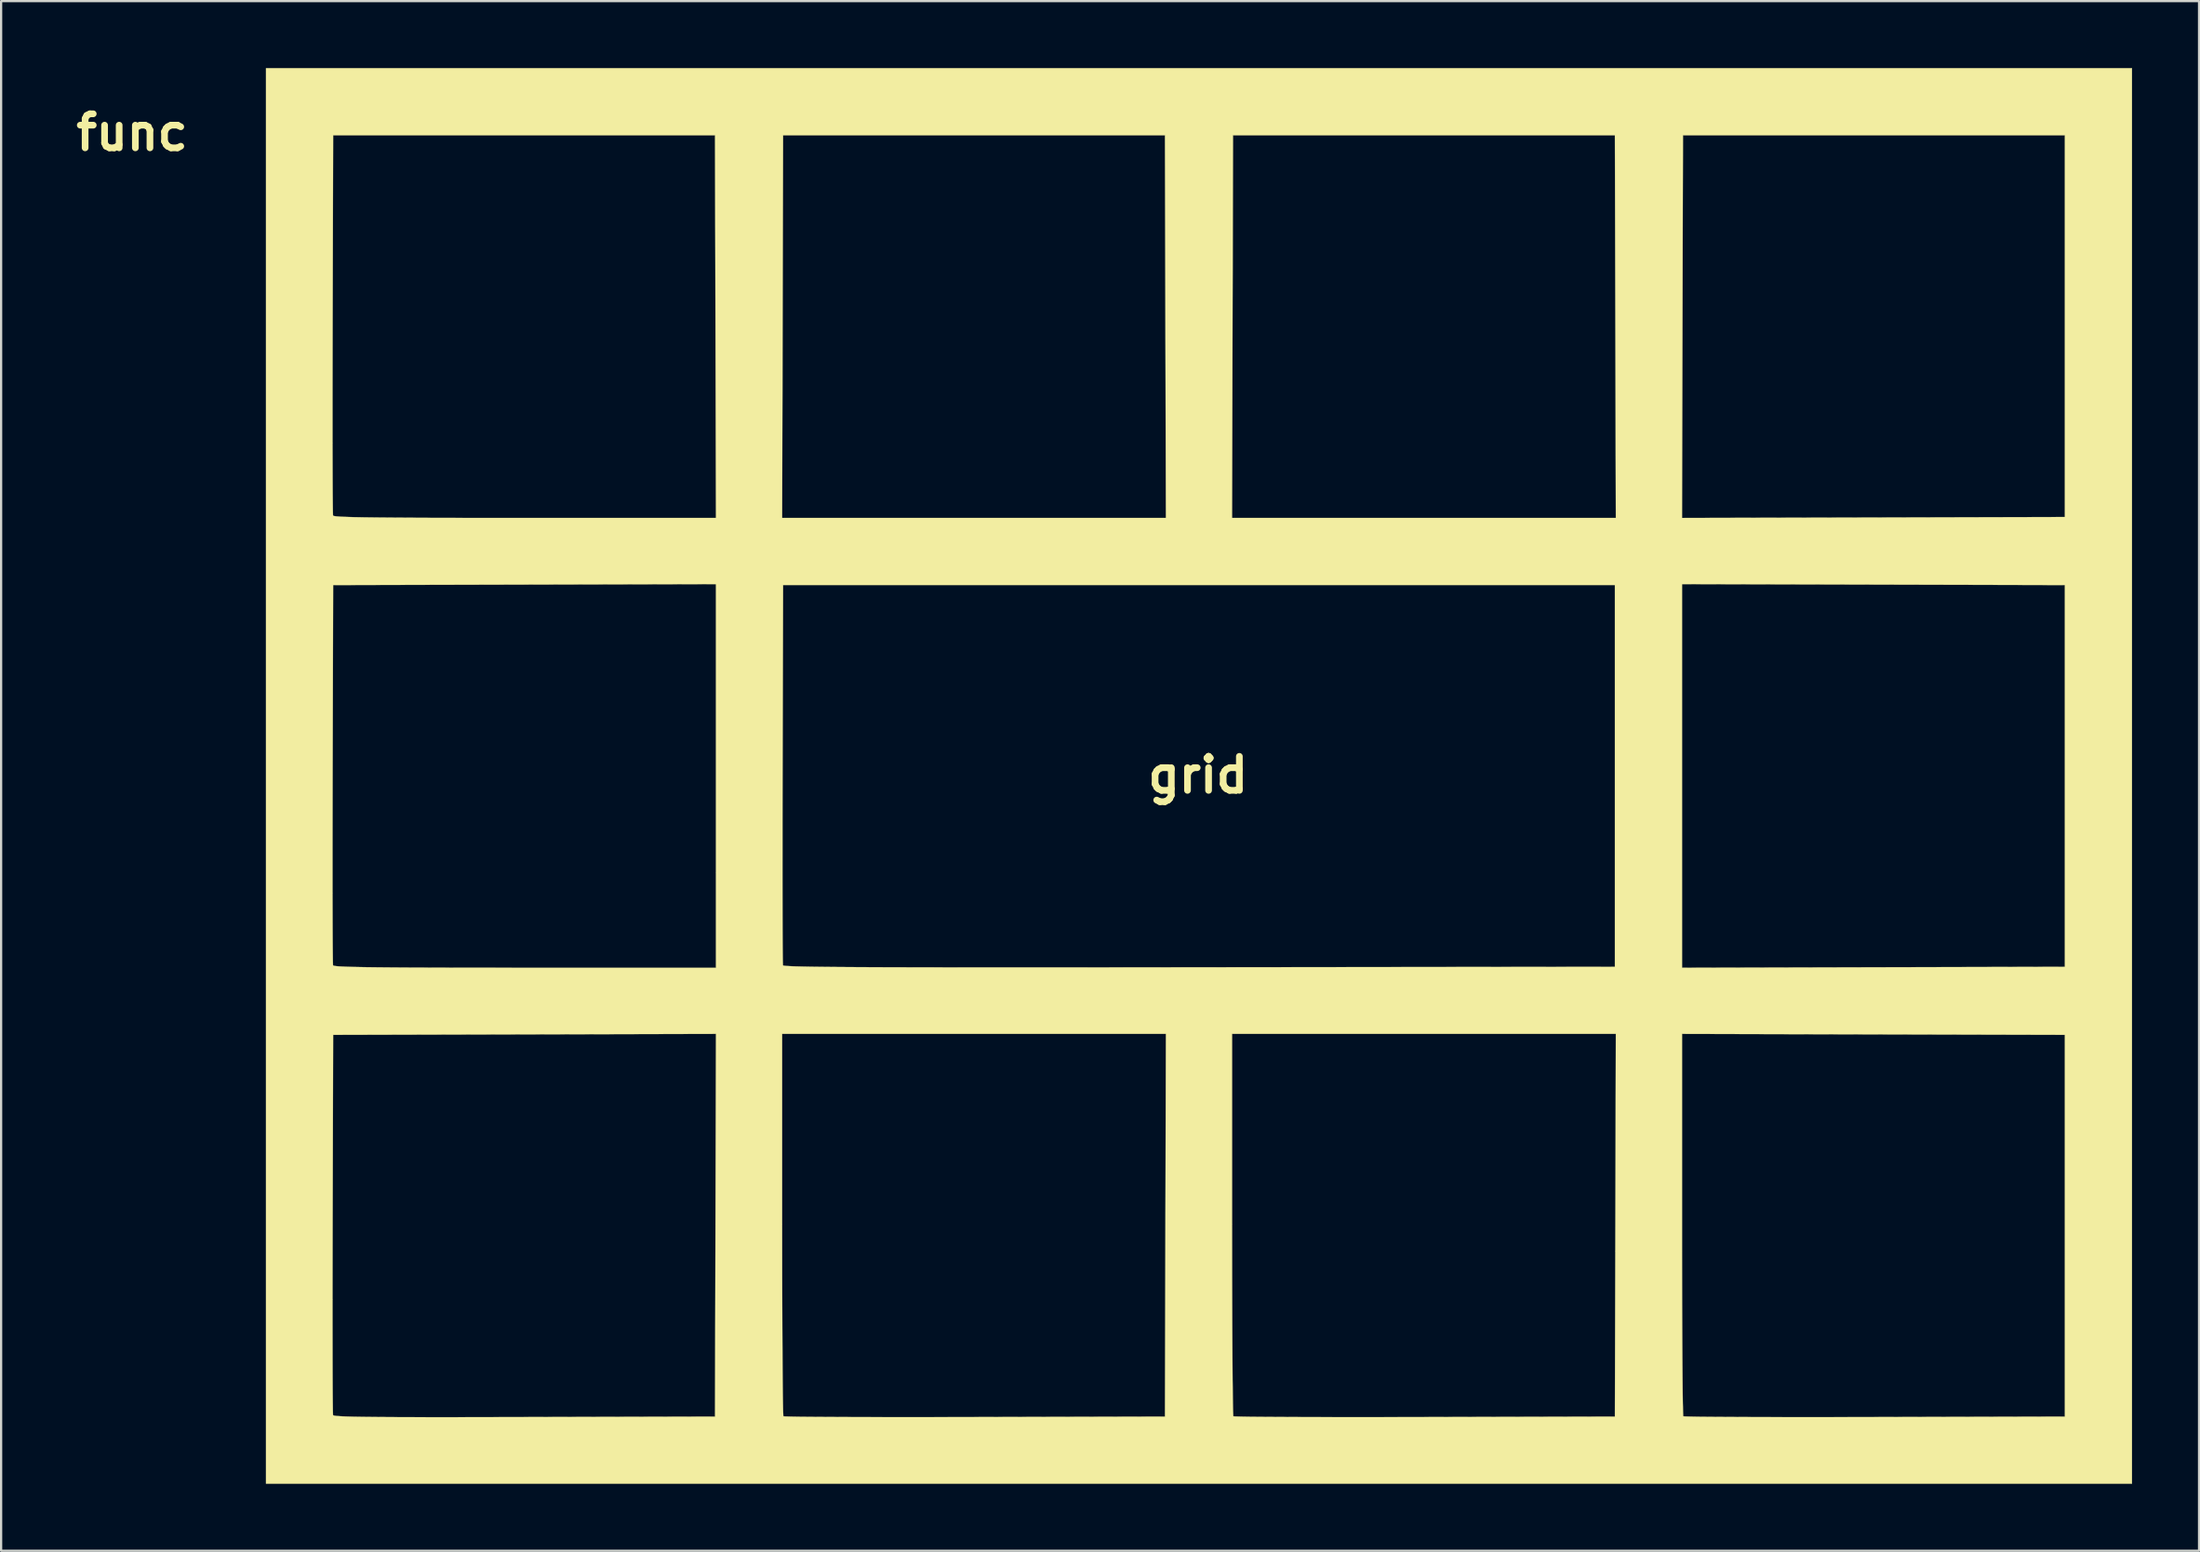
<source format=kicad_pcb>
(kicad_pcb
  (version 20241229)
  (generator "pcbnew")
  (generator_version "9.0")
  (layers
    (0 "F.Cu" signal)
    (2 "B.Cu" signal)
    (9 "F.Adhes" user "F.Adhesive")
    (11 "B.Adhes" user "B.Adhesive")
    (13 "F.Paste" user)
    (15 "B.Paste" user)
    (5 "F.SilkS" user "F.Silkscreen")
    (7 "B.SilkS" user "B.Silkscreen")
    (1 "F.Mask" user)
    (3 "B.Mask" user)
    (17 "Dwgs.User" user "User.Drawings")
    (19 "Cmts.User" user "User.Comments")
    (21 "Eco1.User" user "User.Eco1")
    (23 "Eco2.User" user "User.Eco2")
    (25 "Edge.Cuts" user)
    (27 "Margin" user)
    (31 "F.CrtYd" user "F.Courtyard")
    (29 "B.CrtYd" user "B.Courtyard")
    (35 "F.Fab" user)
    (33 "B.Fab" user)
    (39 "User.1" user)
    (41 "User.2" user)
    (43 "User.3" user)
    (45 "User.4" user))
  (footprint "func"
    (layer "F.Cu")
    (at 2.867 2.884)
    (property "Reference" "func" (at 0 0 0) (layer "F.SilkS") (effects (font (size 1.524 1.524) (thickness 0.3))))
    (attr through_hole)
    (fp_poly (pts (xy -1.573 -2.27) (xy -1.472 -2.267) (xy -1.025 -2.256) (xy -0.719 -2.243) (xy -0.527 -2.221) (xy -0.421 -2.186) (xy -0.373 -2.133) (xy -0.355 -2.058) (xy -0.4 -1.839) (xy -0.566 -1.651) (xy -0.807 -1.539) (xy -0.931 -1.524) (xy -1.185 -1.524) (xy -1.185 0.696) (xy -0.868 0.634) (xy -0.568 0.58) (xy -0.394 0.573) (xy -0.31 0.622) (xy -0.276 0.736) (xy -0.27 0.782) (xy -0.32 1.031) (xy -0.507 1.254) (xy -0.798 1.42) (xy -1.038 1.485) (xy -1.325 1.549) (xy -1.67 1.645) (xy -1.85 1.704) (xy -2.159 1.805) (xy -2.358 1.85) (xy -2.498 1.838) (xy -2.629 1.773) (xy -2.695 1.727) (xy -2.853 1.551) (xy -2.844 1.363) (xy -2.669 1.168) (xy -2.413 1.011) (xy -1.99 0.794) (xy -1.964 -0.005) (xy -1.957 -0.405) (xy -1.963 -0.784) (xy -1.98 -1.08) (xy -1.989 -1.16) (xy -2.028 -1.375) (xy -2.096 -1.483) (xy -2.244 -1.525) (xy -2.439 -1.541) (xy -2.683 -1.567) (xy -2.806 -1.621) (xy -2.854 -1.732) (xy -2.862 -1.782) (xy -2.814 -2.029) (xy -2.725 -2.145) (xy -2.635 -2.206) (xy -2.506 -2.246) (xy -2.307 -2.268) (xy -2.006 -2.275) (xy -1.573 -2.27)) (stroke (width 0.01) (type solid)) (fill yes) (layer "F.Mask"))
    (fp_poly (pts (xy 1.22 -2.813) (xy 1.361 -2.615) (xy 1.402 -2.283) (xy 1.388 -2.086) (xy 1.331 -1.609) (xy 2.987 -1.609) (xy 2.928 -0.233) (xy 2.882 0.63) (xy 2.825 1.329) (xy 2.755 1.872) (xy 2.674 2.263) (xy 2.578 2.51) (xy 2.568 2.526) (xy 2.334 2.759) (xy 2.018 2.903) (xy 1.673 2.949) (xy 1.35 2.889) (xy 1.136 2.752) (xy 0.999 2.586) (xy 0.982 2.453) (xy 1.015 2.372) (xy 1.163 2.229) (xy 1.336 2.157) (xy 1.665 2.082) (xy 1.865 2.004) (xy 1.973 1.898) (xy 2.03 1.738) (xy 2.04 1.693) (xy 2.065 1.496) (xy 2.094 1.174) (xy 2.122 0.768) (xy 2.147 0.323) (xy 2.149 0.275) (xy 2.202 -0.847) (xy 1.362 -0.847) (xy 1.315 -0.529) (xy 1.183 0.233) (xy 1.033 0.857) (xy 0.853 1.371) (xy 0.631 1.807) (xy 0.356 2.194) (xy 0.162 2.413) (xy -0.144 2.703) (xy -0.389 2.851) (xy -0.592 2.862) (xy -0.772 2.744) (xy -0.791 2.724) (xy -0.922 2.488) (xy -0.884 2.258) (xy -0.677 2.036) (xy -0.627 2.001) (xy -0.26 1.66) (xy 0.053 1.19) (xy 0.296 0.626) (xy 0.451 0.003) (xy 0.485 -0.262) (xy 0.529 -0.737) (xy 0.249 -0.793) (xy -0.051 -0.901) (xy -0.247 -1.063) (xy -0.334 -1.248) (xy -0.307 -1.422) (xy -0.162 -1.553) (xy 0.107 -1.608) (xy 0.127 -1.609) (xy 0.371 -1.644) (xy 0.516 -1.768) (xy 0.582 -2.01) (xy 0.593 -2.244) (xy 0.622 -2.586) (xy 0.718 -2.788) (xy 0.894 -2.873) (xy 0.977 -2.879) (xy 1.22 -2.813)) (stroke (width 0.01) (type solid)) (fill yes) (layer "F.Mask")))
  (footprint "grid"
    (layer "F.Cu")
    (at 50.604 31.67)
    (property "Reference" "grid" (at 0 0 0) (layer "F.SilkS") (effects (font (size 1.524 1.524) (thickness 0.3))))
    (attr through_hole)
    (fp_poly (pts (xy 41.825 31.75) (xy -41.741 31.75) (xy -41.741 24.517) (xy -38.762 24.517) (xy -38.761 25.443) (xy -38.76 26.277) (xy -38.758 27.005) (xy -38.755 27.618) (xy -38.751 28.102) (xy -38.747 28.447) (xy -38.742 28.642) (xy -38.738 28.681) (xy -38.7 28.699) (xy -38.596 28.715) (xy -38.417 28.728) (xy -38.154 28.74) (xy -37.8 28.75) (xy -37.347 28.757) (xy -36.784 28.763) (xy -36.106 28.768) (xy -35.302 28.771) (xy -34.366 28.772) (xy -33.287 28.772) (xy -32.059 28.77) (xy -30.673 28.767) (xy -30.165 28.766) (xy -21.632 28.744) (xy -21.611 20.171) (xy -21.589 11.599) (xy -18.627 11.599) (xy -18.627 20.137) (xy -18.626 21.325) (xy -18.625 22.465) (xy -18.622 23.546) (xy -18.618 24.556) (xy -18.614 25.484) (xy -18.609 26.318) (xy -18.603 27.048) (xy -18.597 27.661) (xy -18.59 28.146) (xy -18.583 28.493) (xy -18.575 28.689) (xy -18.57 28.731) (xy -18.479 28.738) (xy -18.23 28.745) (xy -17.835 28.752) (xy -17.305 28.757) (xy -16.65 28.761) (xy -15.884 28.765) (xy -15.017 28.768) (xy -14.06 28.769) (xy -13.025 28.77) (xy -11.923 28.769) (xy -10.766 28.768) (xy -9.997 28.766) (xy -1.482 28.744) (xy -1.46 20.172) (xy -1.439 11.599) (xy 1.524 11.599) (xy 1.524 20.137) (xy 1.525 21.325) (xy 1.526 22.465) (xy 1.529 23.546) (xy 1.532 24.556) (xy 1.537 25.484) (xy 1.542 26.318) (xy 1.547 27.048) (xy 1.554 27.661) (xy 1.561 28.146) (xy 1.568 28.493) (xy 1.576 28.689) (xy 1.581 28.731) (xy 1.672 28.738) (xy 1.92 28.745) (xy 2.316 28.752) (xy 2.846 28.757) (xy 3.5 28.761) (xy 4.267 28.765) (xy 5.134 28.768) (xy 6.091 28.769) (xy 7.126 28.77) (xy 8.227 28.769) (xy 9.384 28.768) (xy 10.153 28.766) (xy 18.669 28.744) (xy 18.691 20.136) (xy 21.675 20.136) (xy 21.675 21.324) (xy 21.677 22.464) (xy 21.679 23.545) (xy 21.683 24.555) (xy 21.687 25.483) (xy 21.692 26.318) (xy 21.698 27.047) (xy 21.704 27.661) (xy 21.711 28.146) (xy 21.719 28.493) (xy 21.726 28.689) (xy 21.732 28.731) (xy 21.822 28.738) (xy 22.071 28.745) (xy 22.466 28.752) (xy 22.997 28.757) (xy 23.651 28.761) (xy 24.417 28.765) (xy 25.285 28.768) (xy 26.242 28.769) (xy 27.276 28.77) (xy 28.378 28.769) (xy 29.535 28.768) (xy 30.304 28.766) (xy 38.82 28.744) (xy 38.82 11.642) (xy 21.675 11.599) (xy 21.675 20.136) (xy 18.691 20.136) (xy 18.712 11.599) (xy 1.524 11.599) (xy -1.439 11.599) (xy -18.627 11.599) (xy -21.589 11.599) (xy -21.589 11.599) (xy -38.735 11.642) (xy -38.757 20.108) (xy -38.759 21.293) (xy -38.761 22.43) (xy -38.762 23.508) (xy -38.762 24.517) (xy -41.741 24.517) (xy -41.741 8.637) (xy 21.675 8.637) (xy 30.247 8.615) (xy 38.82 8.594) (xy 38.82 -8.509) (xy 21.675 -8.552) (xy 21.675 8.637) (xy -41.741 8.637) (xy -41.741 4.366) (xy -38.762 4.366) (xy -38.762 5.292) (xy -38.76 6.126) (xy -38.758 6.854) (xy -38.755 7.467) (xy -38.751 7.951) (xy -38.747 8.296) (xy -38.742 8.491) (xy -38.738 8.53) (xy -38.7 8.548) (xy -38.593 8.564) (xy -38.409 8.578) (xy -38.14 8.59) (xy -37.779 8.601) (xy -37.316 8.61) (xy -36.743 8.617) (xy -36.053 8.623) (xy -35.237 8.628) (xy -34.286 8.631) (xy -33.194 8.634) (xy -31.95 8.635) (xy -30.548 8.636) (xy -30.144 8.636) (xy -21.59 8.636) (xy -21.59 4.366) (xy -18.612 4.366) (xy -18.611 5.293) (xy -18.609 6.126) (xy -18.607 6.855) (xy -18.604 7.467) (xy -18.6 7.951) (xy -18.596 8.297) (xy -18.591 8.491) (xy -18.588 8.53) (xy -18.553 8.543) (xy -18.456 8.554) (xy -18.29 8.564) (xy -18.05 8.574) (xy -17.73 8.582) (xy -17.324 8.59) (xy -16.827 8.596) (xy -16.233 8.602) (xy -15.537 8.607) (xy -14.733 8.611) (xy -13.815 8.615) (xy -12.777 8.617) (xy -11.614 8.619) (xy -10.32 8.62) (xy -8.89 8.621) (xy -7.317 8.621) (xy -5.597 8.62) (xy -3.724 8.619) (xy -1.691 8.617) (xy 0.061 8.615) (xy 18.669 8.594) (xy 18.669 -8.509) (xy -18.584 -8.509) (xy -18.606 -0.042) (xy -18.609 1.142) (xy -18.611 2.279) (xy -18.611 3.358) (xy -18.612 4.366) (xy -21.59 4.366) (xy -21.59 -8.552) (xy -38.735 -8.509) (xy -38.757 -0.042) (xy -38.759 1.142) (xy -38.761 2.279) (xy -38.762 3.358) (xy -38.762 4.366) (xy -41.741 4.366) (xy -41.741 -11.514) (xy 21.674 -11.514) (xy 30.247 -11.535) (xy 38.82 -11.557) (xy 38.82 -28.66) (xy 21.717 -28.66) (xy 21.695 -20.087) (xy 21.674 -11.514) (xy -41.741 -11.514) (xy -41.741 -15.785) (xy -38.762 -15.785) (xy -38.762 -14.858) (xy -38.76 -14.025) (xy -38.758 -13.296) (xy -38.755 -12.684) (xy -38.751 -12.199) (xy -38.747 -11.854) (xy -38.742 -11.66) (xy -38.738 -11.62) (xy -38.7 -11.603) (xy -38.593 -11.587) (xy -38.409 -11.573) (xy -38.14 -11.561) (xy -37.779 -11.55) (xy -37.316 -11.541) (xy -36.743 -11.534) (xy -36.053 -11.528) (xy -35.237 -11.523) (xy -34.287 -11.519) (xy -33.194 -11.517) (xy -31.95 -11.515) (xy -30.548 -11.515) (xy -30.144 -11.515) (xy -21.589 -11.515) (xy -18.627 -11.515) (xy -1.439 -11.515) (xy 1.523 -11.515) (xy 18.712 -11.515) (xy 18.669 -28.66) (xy 1.566 -28.66) (xy 1.523 -11.515) (xy -1.439 -11.515) (xy -1.46 -20.087) (xy -1.482 -28.66) (xy -18.584 -28.66) (xy -18.627 -11.515) (xy -21.589 -11.515) (xy -21.611 -20.087) (xy -21.632 -28.66) (xy -38.735 -28.66) (xy -38.757 -20.193) (xy -38.759 -19.009) (xy -38.761 -17.872) (xy -38.762 -16.793) (xy -38.762 -15.785) (xy -41.741 -15.785) (xy -41.741 -31.665) (xy 41.825 -31.665) (xy 41.825 31.75)) (stroke (width 0.01) (type solid)) (fill yes) (layer "F.SilkS")))
  (gr_rect
    (start -3 -3)
    (end 95.434 66.425)
    (stroke (width 0.1) (type default))
    (fill no)
    (layer "Edge.Cuts")))
</source>
